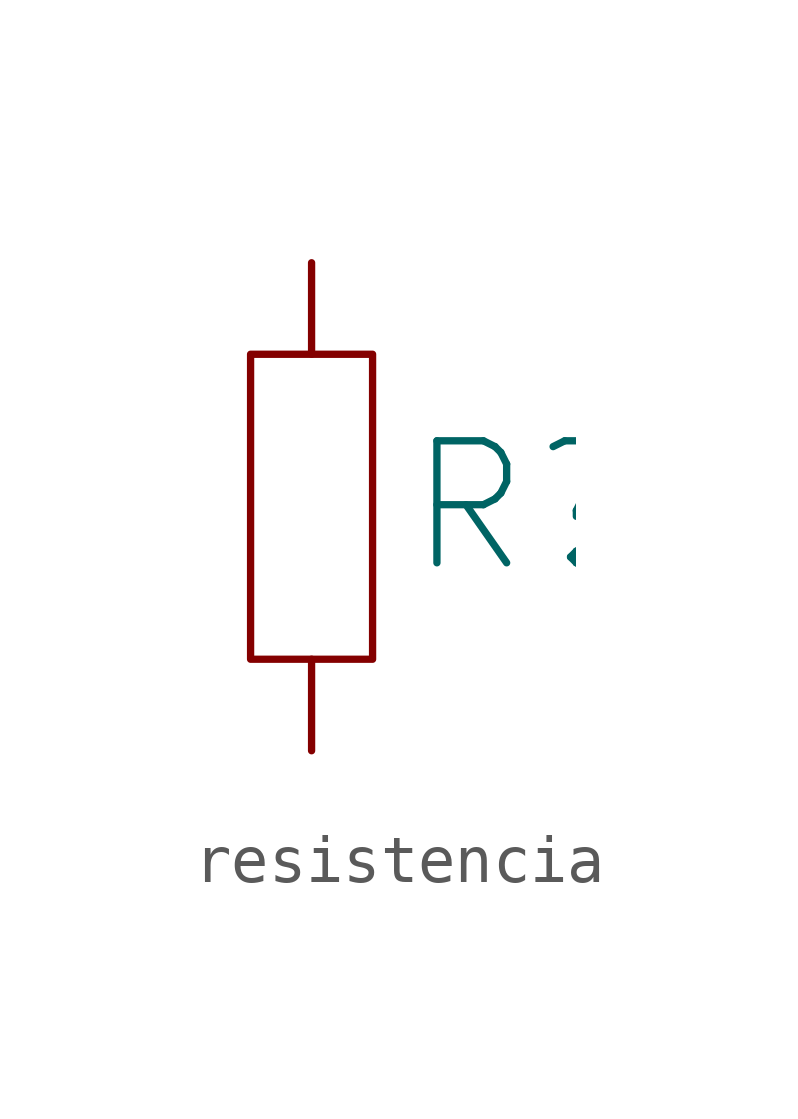
<source format=kicad_sym>
(kicad_symbol_lib
  (version 20211014)
  (generator kicad_symbol_editor)
  (symbol "resistencia"
    (pin_names
      (offset 1.016))
    (property "Reference" "R"
      (at 1.905 -5.08 0)
      (effects (font (size 2.54 2.54)) (justify left)))
    (symbol "resistencia_0_1"
      (rectangle (start -1.27 -1.905) (end 1.27 -8.255) (stroke (width 0) (type default) (color 0 0 0 0)) (fill (type none))))
    (symbol "resistencia_1_1"
      (pin input line (at 0 -10.16 90) (length 1.905) (name "~" (effects (font (size 1.27 1.27)))) (number "~" (effects (font (size 1.143 1.143)))))
      (pin input line (at 0 0 270) (length 1.905) (name "~" (effects (font (size 1.27 1.27)))) (number "~" (effects (font (size 1.143 1.143))))))))
</source>
